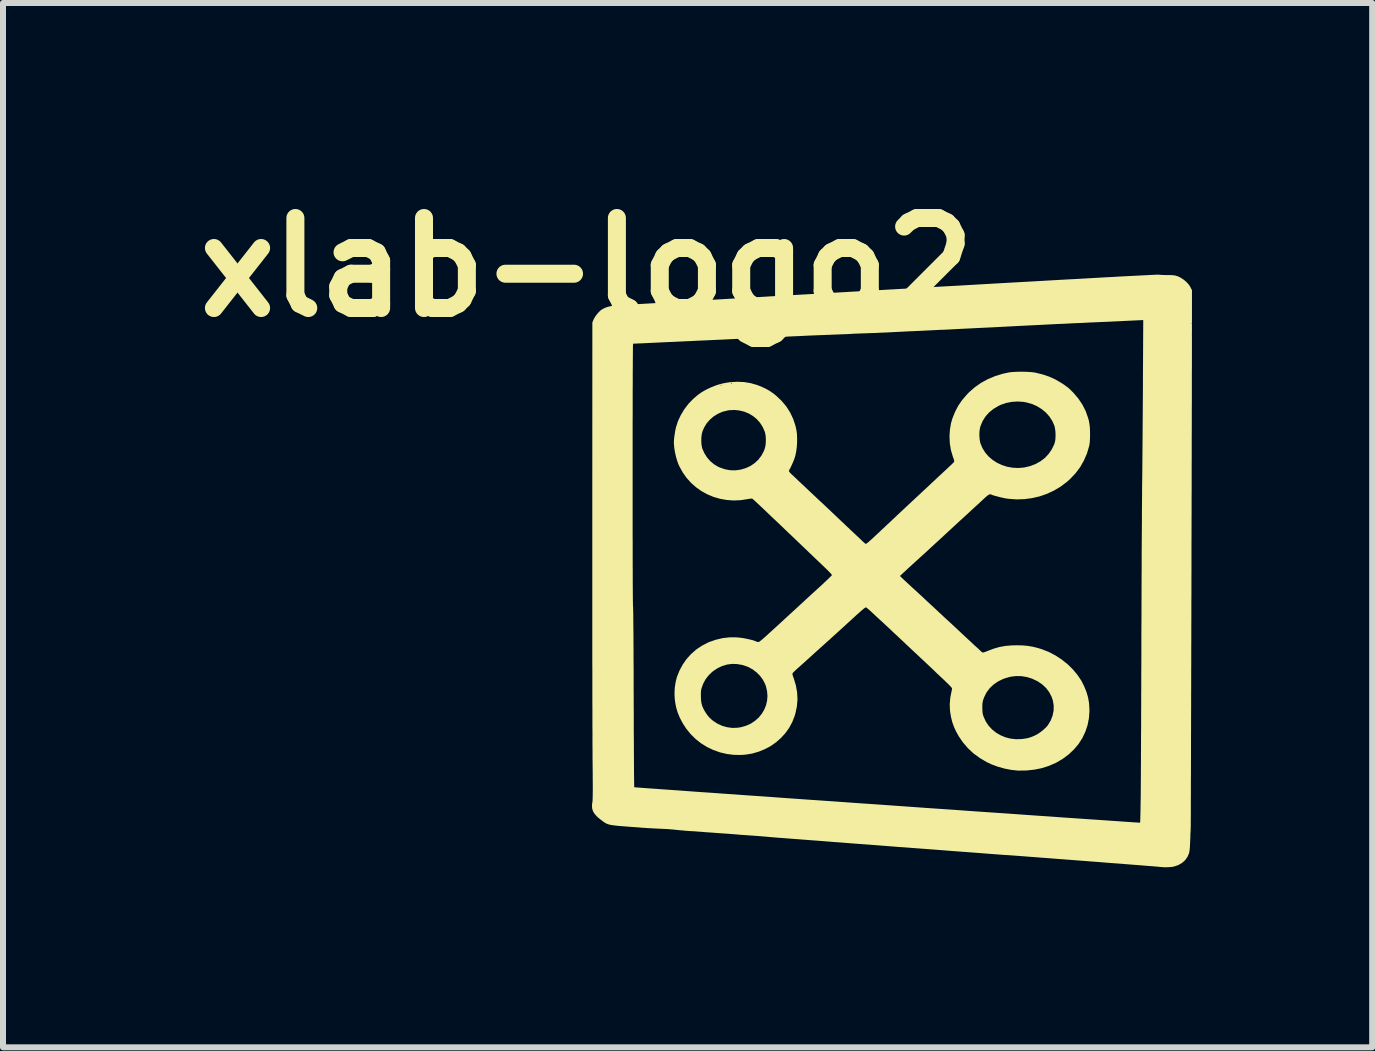
<source format=kicad_pcb>
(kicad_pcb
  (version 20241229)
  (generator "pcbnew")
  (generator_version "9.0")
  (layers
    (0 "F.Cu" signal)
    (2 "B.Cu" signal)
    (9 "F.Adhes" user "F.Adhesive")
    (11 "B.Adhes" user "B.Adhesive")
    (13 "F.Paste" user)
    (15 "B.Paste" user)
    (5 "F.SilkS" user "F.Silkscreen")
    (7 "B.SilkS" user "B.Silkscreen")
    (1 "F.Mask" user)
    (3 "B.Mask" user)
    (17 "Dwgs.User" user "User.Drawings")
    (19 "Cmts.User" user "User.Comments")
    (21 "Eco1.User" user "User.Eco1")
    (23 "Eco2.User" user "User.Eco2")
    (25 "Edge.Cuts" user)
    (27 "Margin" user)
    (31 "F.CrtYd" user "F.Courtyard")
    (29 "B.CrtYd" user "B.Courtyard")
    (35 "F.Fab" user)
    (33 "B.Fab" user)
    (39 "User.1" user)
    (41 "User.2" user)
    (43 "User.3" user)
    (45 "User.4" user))
  (footprint "xlab-logo2"
    (layer "F.Cu")
    (at 11.809 6.484)
    (property "Reference" "xlab-logo2" (at -5.08 -5.08 0) (layer "F.SilkS") (effects (font (size 1.5 1.5) (thickness 0.3))))
    (attr board_only exclude_from_pos_files exclude_from_bom)
    (fp_poly (pts (xy 5.006 4.322) (xy 5.002 4.325) (xy 4.998 4.322) (xy 5.002 4.319)) (stroke (width 0) (type solid)) (fill yes) (layer "F.SilkS"))
    (fp_poly (pts (xy 5.006 4.443) (xy 5.002 4.446) (xy 4.998 4.443) (xy 5.002 4.44)) (stroke (width 0) (type solid)) (fill yes) (layer "F.SilkS"))
    (fp_poly (pts (xy 4.452 -4.957) (xy 4.481 -4.954) (xy 4.52 -4.952) (xy 4.563 -4.951) (xy 4.589 -4.951) (xy 4.63 -4.951) (xy 4.67 -4.949) (xy 4.703 -4.946) (xy 4.719 -4.944) (xy 4.767 -4.93) (xy 4.817 -4.905) (xy 4.867 -4.872) (xy 4.912 -4.833) (xy 4.95 -4.791) (xy 4.978 -4.747) (xy 4.978 -4.746) (xy 5.002 -4.699) (xy 5.001 -3.478) (xy 5.001 -3.415) (xy 5 -3.34) (xy 5 -3.256) (xy 5 -3.161) (xy 5 -3.057) (xy 5 -2.943) (xy 5 -2.821) (xy 4.999 -2.691) (xy 4.999 -2.553) (xy 4.999 -2.408) (xy 4.998 -2.255) (xy 4.998 -2.097) (xy 4.998 -1.932) (xy 4.997 -1.762) (xy 4.997 -1.588) (xy 4.997 -1.408) (xy 4.996 -1.225) (xy 4.996 -1.037) (xy 4.995 -0.847) (xy 4.995 -0.654) (xy 4.994 -0.459) (xy 4.994 -0.262) (xy 4.994 -0.063) (xy 4.993 0.136) (xy 4.993 0.336) (xy 4.992 0.535) (xy 4.992 0.734) (xy 4.991 0.932) (xy 4.991 1.129) (xy 4.99 1.324) (xy 4.99 1.516) (xy 4.989 1.706) (xy 4.989 1.893) (xy 4.988 2.075) (xy 4.988 2.254) (xy 4.987 2.428) (xy 4.987 2.596) (xy 4.986 2.76) (xy 4.986 2.917) (xy 4.986 3.068) (xy 4.985 3.212) (xy 4.985 3.348) (xy 4.984 3.477) (xy 4.984 3.597) (xy 4.984 3.708) (xy 4.983 3.811) (xy 4.983 3.903) (xy 4.983 3.986) (xy 4.983 4.058) (xy 4.982 4.118) (xy 4.982 4.168) (xy 4.982 4.205) (xy 4.982 4.23) (xy 4.982 4.242) (xy 4.982 4.243) (xy 4.981 4.263) (xy 4.98 4.273) (xy 4.98 4.287) (xy 4.979 4.31) (xy 4.978 4.337) (xy 4.977 4.345) (xy 4.976 4.372) (xy 4.975 4.408) (xy 4.973 4.45) (xy 4.972 4.495) (xy 4.97 4.524) (xy 4.968 4.574) (xy 4.964 4.618) (xy 4.959 4.655) (xy 4.954 4.68) (xy 4.953 4.684) (xy 4.926 4.746) (xy 4.887 4.8) (xy 4.836 4.845) (xy 4.775 4.88) (xy 4.704 4.904) (xy 4.666 4.911) (xy 4.618 4.915) (xy 4.565 4.917) (xy 4.514 4.915) (xy 4.47 4.911) (xy 4.459 4.91) (xy 4.449 4.909) (xy 4.423 4.906) (xy 4.384 4.903) (xy 4.332 4.899) (xy 4.268 4.894) (xy 4.193 4.888) (xy 4.108 4.881) (xy 4.015 4.874) (xy 3.914 4.866) (xy 3.807 4.857) (xy 3.694 4.849) (xy 3.576 4.84) (xy 3.456 4.83) (xy 3.333 4.821) (xy 3.209 4.811) (xy 3.084 4.802) (xy 2.961 4.792) (xy 2.84 4.783) (xy 2.721 4.774) (xy 2.607 4.765) (xy 2.498 4.757) (xy 2.395 4.749) (xy 2.3 4.742) (xy 2.213 4.735) (xy 2.135 4.729) (xy 2.068 4.724) (xy 2.012 4.72) (xy 1.969 4.717) (xy 1.939 4.715) (xy 1.925 4.714) (xy 1.925 4.714) (xy 1.913 4.713) (xy 1.887 4.712) (xy 1.846 4.709) (xy 1.791 4.705) (xy 1.724 4.7) (xy 1.645 4.694) (xy 1.556 4.687) (xy 1.456 4.679) (xy 1.346 4.671) (xy 1.229 4.662) (xy 1.103 4.653) (xy 0.972 4.643) (xy 0.834 4.632) (xy 0.691 4.621) (xy 0.544 4.61) (xy 0.394 4.599) (xy 0.242 4.587) (xy 0.088 4.576) (xy -0.067 4.564) (xy -0.221 4.552) (xy -0.374 4.54) (xy -0.526 4.529) (xy -0.675 4.518) (xy -0.82 4.506) (xy -0.961 4.496) (xy -1.096 4.485) (xy -1.225 4.475) (xy -1.347 4.466) (xy -1.462 4.457) (xy -1.567 4.449) (xy -1.663 4.442) (xy -1.749 4.435) (xy -1.823 4.429) (xy -1.885 4.425) (xy -1.934 4.421) (xy -1.969 4.418) (xy -1.989 4.416) (xy -1.993 4.416) (xy -2.05 4.411) (xy -2.118 4.405) (xy -2.192 4.399) (xy -2.267 4.393) (xy -2.339 4.388) (xy -2.402 4.384) (xy -2.426 4.382) (xy -2.469 4.379) (xy -2.517 4.376) (xy -2.559 4.372) (xy -2.56 4.372) (xy -2.59 4.369) (xy -2.633 4.366) (xy -2.682 4.362) (xy -2.735 4.358) (xy -2.766 4.356) (xy -2.852 4.35) (xy -2.924 4.345) (xy -2.983 4.34) (xy -3.032 4.337) (xy -3.073 4.334) (xy -3.107 4.332) (xy -3.136 4.329) (xy -3.163 4.327) (xy -3.189 4.325) (xy -3.19 4.325) (xy -3.231 4.322) (xy -3.281 4.318) (xy -3.334 4.315) (xy -3.384 4.312) (xy -3.439 4.308) (xy -3.501 4.302) (xy -3.562 4.297) (xy -3.607 4.292) (xy -3.657 4.287) (xy -3.716 4.282) (xy -3.778 4.278) (xy -3.835 4.276) (xy -3.845 4.275) (xy -3.882 4.274) (xy -3.932 4.271) (xy -3.993 4.268) (xy -4.063 4.264) (xy -4.138 4.259) (xy -4.218 4.253) (xy -4.298 4.247) (xy -4.33 4.245) (xy -4.42 4.238) (xy -4.495 4.232) (xy -4.558 4.227) (xy -4.61 4.221) (xy -4.653 4.216) (xy -4.687 4.21) (xy -4.716 4.203) (xy -4.74 4.195) (xy -4.762 4.185) (xy -4.782 4.173) (xy -4.803 4.159) (xy -4.827 4.141) (xy -4.847 4.126) (xy -4.905 4.079) (xy -4.947 4.033) (xy -4.976 3.988) (xy -4.992 3.94) (xy -4.996 3.889) (xy -4.99 3.839) (xy -4.988 3.828) (xy -4.986 3.812) (xy -4.985 3.791) (xy -4.984 3.765) (xy -4.983 3.733) (xy -4.983 3.693) (xy -4.982 3.646) (xy -4.982 3.589) (xy -4.982 3.524) (xy -4.983 3.448) (xy -4.983 3.361) (xy -4.984 3.262) (xy -4.985 3.15) (xy -4.985 3.149) (xy -4.986 3.101) (xy -4.986 3.04) (xy -4.986 2.966) (xy -4.987 2.881) (xy -4.987 2.784) (xy -4.987 2.676) (xy -4.988 2.558) (xy -4.988 2.43) (xy -4.988 2.293) (xy -4.989 2.147) (xy -4.989 1.993) (xy -4.989 1.831) (xy -4.989 1.661) (xy -4.99 1.485) (xy -4.99 1.302) (xy -4.99 1.114) (xy -4.99 0.921) (xy -4.99 0.722) (xy -4.99 0.52) (xy -4.99 0.314) (xy -4.99 0.105) (xy -4.99 -0.107) (xy -4.99 -0.321) (xy -4.99 -0.537) (xy -4.99 -0.754) (xy -4.99 -0.824) (xy -4.99 -1.483) (xy -4.318 -1.483) (xy -4.318 -1.335) (xy -4.318 -1.188) (xy -4.318 -1.043) (xy -4.318 -0.9) (xy -4.318 -0.76) (xy -4.318 -0.624) (xy -4.317 -0.492) (xy -4.317 -0.365) (xy -4.317 -0.243) (xy -4.317 -0.127) (xy -4.316 -0.018) (xy -4.316 0.084) (xy -4.316 0.178) (xy -4.315 0.264) (xy -4.315 0.34) (xy -4.314 0.407) (xy -4.314 0.464) (xy -4.313 0.509) (xy -4.312 0.544) (xy -4.312 0.566) (xy -4.311 0.575) (xy -4.311 0.575) (xy -4.31 0.583) (xy -4.31 0.603) (xy -4.309 0.636) (xy -4.308 0.68) (xy -4.307 0.736) (xy -4.307 0.803) (xy -4.306 0.88) (xy -4.305 0.967) (xy -4.304 1.063) (xy -4.304 1.168) (xy -4.303 1.281) (xy -4.303 1.402) (xy -4.302 1.53) (xy -4.301 1.665) (xy -4.301 1.806) (xy -4.301 1.952) (xy -4.3 2.08) (xy -4.3 2.221) (xy -4.299 2.359) (xy -4.299 2.492) (xy -4.299 2.621) (xy -4.298 2.744) (xy -4.297 2.861) (xy -4.297 2.972) (xy -4.296 3.075) (xy -4.296 3.171) (xy -4.295 3.258) (xy -4.295 3.336) (xy -4.294 3.405) (xy -4.293 3.463) (xy -4.293 3.511) (xy -4.292 3.547) (xy -4.292 3.571) (xy -4.291 3.583) (xy -4.291 3.583) (xy -4.283 3.584) (xy -4.259 3.586) (xy -4.22 3.589) (xy -4.167 3.593) (xy -4.1 3.598) (xy -4.02 3.604) (xy -3.927 3.61) (xy -3.822 3.618) (xy -3.705 3.626) (xy -3.578 3.635) (xy -3.44 3.645) (xy -3.293 3.656) (xy -3.136 3.667) (xy -2.971 3.678) (xy -2.797 3.691) (xy -2.616 3.703) (xy -2.429 3.717) (xy -2.235 3.73) (xy -2.035 3.744) (xy -1.83 3.759) (xy -1.62 3.774) (xy -1.406 3.789) (xy -1.189 3.804) (xy -0.969 3.819) (xy -0.747 3.835) (xy -0.523 3.851) (xy -0.298 3.866) (xy -0.072 3.882) (xy 0.153 3.898) (xy 0.378 3.914) (xy 0.602 3.93) (xy 0.824 3.945) (xy 1.044 3.96) (xy 1.261 3.976) (xy 1.475 3.991) (xy 1.684 4.005) (xy 1.889 4.019) (xy 2.088 4.033) (xy 2.282 4.047) (xy 2.47 4.06) (xy 2.65 4.072) (xy 2.823 4.085) (xy 2.988 4.096) (xy 3.145 4.107) (xy 3.292 4.117) (xy 3.429 4.126) (xy 3.556 4.135) (xy 3.672 4.143) (xy 3.777 4.15) (xy 3.869 4.157) (xy 3.949 4.162) (xy 4.015 4.167) (xy 4.067 4.17) (xy 4.106 4.172) (xy 4.129 4.174) (xy 4.136 4.174) (xy 4.138 4.167) (xy 4.14 4.147) (xy 4.141 4.114) (xy 4.142 4.067) (xy 4.144 4.008) (xy 4.145 3.937) (xy 4.146 3.853) (xy 4.148 3.757) (xy 4.149 3.649) (xy 4.149 3.585) (xy 4.15 3.527) (xy 4.15 3.457) (xy 4.151 3.375) (xy 4.151 3.281) (xy 4.152 3.177) (xy 4.152 3.064) (xy 4.153 2.942) (xy 4.153 2.812) (xy 4.154 2.674) (xy 4.155 2.53) (xy 4.155 2.38) (xy 4.156 2.225) (xy 4.156 2.066) (xy 4.157 1.904) (xy 4.157 1.739) (xy 4.158 1.572) (xy 4.159 1.404) (xy 4.159 1.235) (xy 4.159 1.067) (xy 4.159 1.066) (xy 4.16 0.897) (xy 4.161 0.726) (xy 4.161 0.555) (xy 4.162 0.385) (xy 4.162 0.216) (xy 4.163 0.049) (xy 4.164 -0.114) (xy 4.164 -0.275) (xy 4.165 -0.43) (xy 4.166 -0.58) (xy 4.167 -0.724) (xy 4.168 -0.861) (xy 4.168 -0.99) (xy 4.169 -1.11) (xy 4.17 -1.221) (xy 4.171 -1.321) (xy 4.171 -1.411) (xy 4.172 -1.489) (xy 4.173 -1.547) (xy 4.174 -1.641) (xy 4.175 -1.746) (xy 4.176 -1.862) (xy 4.177 -1.986) (xy 4.178 -2.117) (xy 4.179 -2.254) (xy 4.18 -2.394) (xy 4.181 -2.536) (xy 4.182 -2.679) (xy 4.183 -2.821) (xy 4.184 -2.96) (xy 4.185 -3.095) (xy 4.185 -3.216) (xy 4.189 -3.965) (xy 4.989 -3.965) (xy 4.993 -3.962) (xy 4.998 -3.965) (xy 4.993 -3.969) (xy 4.989 -3.965) (xy 4.189 -3.965) (xy 4.19 -4.144) (xy 4.989 -4.144) (xy 4.992 -4.138) (xy 4.995 -4.139) (xy 4.996 -4.147) (xy 4.995 -4.148) (xy 4.99 -4.147) (xy 4.989 -4.144) (xy 4.19 -4.144) (xy 4.19 -4.201) (xy 3.434 -4.166) (xy 3.318 -4.161) (xy 3.2 -4.155) (xy 3.084 -4.15) (xy 2.97 -4.145) (xy 2.861 -4.139) (xy 2.758 -4.135) (xy 2.663 -4.13) (xy 2.577 -4.126) (xy 2.503 -4.122) (xy 2.442 -4.119) (xy 2.405 -4.117) (xy 2.158 -4.105) (xy 1.908 -4.092) (xy 1.66 -4.079) (xy 1.421 -4.068) (xy 1.326 -4.063) (xy 1.268 -4.06) (xy 1.204 -4.057) (xy 1.142 -4.054) (xy 1.086 -4.051) (xy 1.067 -4.05) (xy 1.013 -4.047) (xy 0.953 -4.044) (xy 0.894 -4.041) (xy 0.845 -4.039) (xy 0.804 -4.038) (xy 0.751 -4.035) (xy 0.69 -4.032) (xy 0.628 -4.029) (xy 0.567 -4.026) (xy 0.562 -4.026) (xy 0.502 -4.023) (xy 0.439 -4.02) (xy 0.378 -4.017) (xy 0.325 -4.015) (xy 0.282 -4.013) (xy 0.279 -4.013) (xy 0.237 -4.011) (xy 0.183 -4.008) (xy 0.123 -4.005) (xy 0.061 -4.002) (xy 0.004 -3.999) (xy -0.053 -3.996) (xy -0.122 -3.993) (xy -0.197 -3.99) (xy -0.275 -3.986) (xy -0.35 -3.984) (xy -0.392 -3.982) (xy -0.453 -3.98) (xy -0.511 -3.978) (xy -0.562 -3.976) (xy -0.605 -3.975) (xy -0.636 -3.973) (xy -0.655 -3.972) (xy -0.655 -3.972) (xy -0.672 -3.971) (xy -0.703 -3.969) (xy -0.745 -3.967) (xy -0.797 -3.965) (xy -0.856 -3.963) (xy -0.92 -3.96) (xy -0.958 -3.959) (xy -1.003 -3.957) (xy -1.045 -3.955) (xy -1.085 -3.954) (xy -1.125 -3.952) (xy -1.164 -3.951) (xy -1.204 -3.949) (xy -1.245 -3.948) (xy -1.289 -3.946) (xy -1.336 -3.944) (xy -1.387 -3.942) (xy -1.442 -3.939) (xy -1.504 -3.936) (xy -1.572 -3.933) (xy -1.647 -3.93) (xy -1.73 -3.926) (xy -1.822 -3.922) (xy -1.924 -3.917) (xy -2.036 -3.912) (xy -2.16 -3.906) (xy -2.296 -3.9) (xy -2.446 -3.893) (xy -2.609 -3.886) (xy -2.787 -3.877) (xy -2.926 -3.871) (xy -3.074 -3.864) (xy -3.217 -3.858) (xy -3.356 -3.851) (xy -3.488 -3.845) (xy -3.614 -3.839) (xy -3.732 -3.834) (xy -3.841 -3.829) (xy -3.941 -3.824) (xy -4.031 -3.82) (xy -4.11 -3.816) (xy -4.177 -3.813) (xy -4.232 -3.811) (xy -4.272 -3.809) (xy -4.299 -3.808) (xy -4.31 -3.807) (xy -4.311 -3.807) (xy -4.311 -3.801) (xy -4.312 -3.781) (xy -4.313 -3.75) (xy -4.313 -3.706) (xy -4.314 -3.652) (xy -4.314 -3.587) (xy -4.315 -3.512) (xy -4.315 -3.429) (xy -4.316 -3.336) (xy -4.316 -3.236) (xy -4.316 -3.128) (xy -4.317 -3.014) (xy -4.317 -2.893) (xy -4.317 -2.767) (xy -4.317 -2.636) (xy -4.318 -2.501) (xy -4.318 -2.362) (xy -4.318 -2.219) (xy -4.318 -2.075) (xy -4.318 -1.928) (xy -4.318 -1.78) (xy -4.318 -1.632) (xy -4.318 -1.483) (xy -4.99 -1.483) (xy -4.989 -4.16) (xy -4.972 -4.203) (xy -4.954 -4.238) (xy -4.928 -4.278) (xy -4.897 -4.317) (xy -4.864 -4.351) (xy -4.857 -4.358) (xy -4.82 -4.384) (xy -4.773 -4.407) (xy -4.725 -4.423) (xy -4.71 -4.426) (xy -4.684 -4.432) (xy -4.661 -4.438) (xy -4.654 -4.44) (xy -4.645 -4.441) (xy -4.62 -4.443) (xy -4.58 -4.445) (xy -4.526 -4.449) (xy -4.457 -4.453) (xy -4.374 -4.458) (xy -4.278 -4.464) (xy -4.169 -4.47) (xy -4.047 -4.477) (xy -3.914 -4.485) (xy -3.769 -4.494) (xy -3.612 -4.503) (xy -3.446 -4.513) (xy -3.269 -4.523) (xy -3.082 -4.534) (xy -2.886 -4.545) (xy -2.681 -4.557) (xy -2.468 -4.57) (xy -2.247 -4.582) (xy -2.019 -4.596) (xy -1.783 -4.609) (xy -1.541 -4.623) (xy -1.293 -4.637) (xy -1.04 -4.652) (xy -0.781 -4.667) (xy -0.518 -4.682) (xy -0.25 -4.697) (xy -0.117 -4.705) (xy 0.219 -4.724) (xy 0.54 -4.742) (xy 0.845 -4.76) (xy 1.135 -4.776) (xy 1.411 -4.792) (xy 1.671 -4.807) (xy 1.918 -4.821) (xy 2.151 -4.834) (xy 2.37 -4.846) (xy 2.576 -4.858) (xy 2.77 -4.869) (xy 2.95 -4.879) (xy 3.119 -4.888) (xy 3.276 -4.897) (xy 3.421 -4.905) (xy 3.555 -4.913) (xy 3.679 -4.919) (xy 3.792 -4.926) (xy 3.894 -4.931) (xy 3.987 -4.936) (xy 4.07 -4.94) (xy 4.144 -4.944) (xy 4.21 -4.947) (xy 4.266 -4.95) (xy 4.315 -4.953) (xy 4.355 -4.954) (xy 4.388 -4.956) (xy 4.414 -4.957) (xy 4.433 -4.957) (xy 4.446 -4.957)) (stroke (width 0) (type solid)) (fill yes) (layer "F.SilkS"))
    (fp_poly (pts (xy 2.26 -3.338) (xy 2.322 -3.334) (xy 2.374 -3.328) (xy 2.395 -3.324) (xy 2.514 -3.295) (xy 2.623 -3.258) (xy 2.725 -3.212) (xy 2.823 -3.155) (xy 2.875 -3.121) (xy 2.906 -3.098) (xy 2.931 -3.08) (xy 2.953 -3.062) (xy 2.974 -3.042) (xy 2.999 -3.017) (xy 3.026 -2.99) (xy 3.107 -2.895) (xy 3.175 -2.794) (xy 3.23 -2.687) (xy 3.271 -2.571) (xy 3.285 -2.52) (xy 3.293 -2.475) (xy 3.3 -2.42) (xy 3.303 -2.36) (xy 3.304 -2.297) (xy 3.303 -2.235) (xy 3.3 -2.177) (xy 3.294 -2.127) (xy 3.289 -2.102) (xy 3.252 -1.977) (xy 3.201 -1.86) (xy 3.138 -1.749) (xy 3.061 -1.647) (xy 2.971 -1.552) (xy 2.916 -1.503) (xy 2.812 -1.425) (xy 2.701 -1.359) (xy 2.584 -1.305) (xy 2.463 -1.263) (xy 2.337 -1.234) (xy 2.209 -1.217) (xy 2.078 -1.213) (xy 1.945 -1.223) (xy 1.909 -1.228) (xy 1.88 -1.233) (xy 1.843 -1.241) (xy 1.803 -1.25) (xy 1.762 -1.261) (xy 1.724 -1.271) (xy 1.692 -1.28) (xy 1.67 -1.288) (xy 1.662 -1.292) (xy 1.643 -1.299) (xy 1.62 -1.293) (xy 1.592 -1.275) (xy 1.582 -1.266) (xy 1.567 -1.253) (xy 1.544 -1.232) (xy 1.513 -1.203) (xy 1.477 -1.17) (xy 1.436 -1.132) (xy 1.393 -1.093) (xy 1.382 -1.083) (xy 1.345 -1.049) (xy 1.299 -1.006) (xy 1.246 -0.957) (xy 1.186 -0.902) (xy 1.122 -0.844) (xy 1.056 -0.783) (xy 0.989 -0.721) (xy 0.923 -0.66) (xy 0.885 -0.625) (xy 0.825 -0.569) (xy 0.766 -0.515) (xy 0.71 -0.464) (xy 0.658 -0.416) (xy 0.612 -0.373) (xy 0.572 -0.336) (xy 0.539 -0.306) (xy 0.515 -0.285) (xy 0.501 -0.272) (xy 0.459 -0.234) (xy 0.414 -0.193) (xy 0.369 -0.152) (xy 0.324 -0.111) (xy 0.281 -0.072) (xy 0.242 -0.035) (xy 0.206 -0.002) (xy 0.177 0.025) (xy 0.155 0.046) (xy 0.141 0.059) (xy 0.137 0.064) (xy 0.143 0.069) (xy 0.158 0.084) (xy 0.181 0.106) (xy 0.211 0.135) (xy 0.247 0.168) (xy 0.288 0.206) (xy 0.321 0.237) (xy 0.367 0.279) (xy 0.411 0.319) (xy 0.452 0.357) (xy 0.488 0.39) (xy 0.517 0.417) (xy 0.538 0.437) (xy 0.546 0.444) (xy 0.56 0.457) (xy 0.583 0.479) (xy 0.615 0.508) (xy 0.653 0.544) (xy 0.697 0.584) (xy 0.745 0.629) (xy 0.795 0.676) (xy 0.825 0.703) (xy 0.876 0.751) (xy 0.926 0.797) (xy 0.972 0.839) (xy 1.014 0.878) (xy 1.049 0.911) (xy 1.078 0.937) (xy 1.097 0.956) (xy 1.104 0.962) (xy 1.133 0.989) (xy 1.167 1.022) (xy 1.206 1.058) (xy 1.247 1.096) (xy 1.288 1.134) (xy 1.328 1.171) (xy 1.364 1.205) (xy 1.395 1.234) (xy 1.42 1.256) (xy 1.436 1.27) (xy 1.437 1.271) (xy 1.458 1.291) (xy 1.478 1.31) (xy 1.488 1.32) (xy 1.504 1.333) (xy 1.519 1.339) (xy 1.52 1.339) (xy 1.533 1.336) (xy 1.557 1.328) (xy 1.587 1.317) (xy 1.606 1.309) (xy 1.703 1.273) (xy 1.797 1.246) (xy 1.892 1.229) (xy 1.994 1.22) (xy 2.082 1.218) (xy 2.179 1.22) (xy 2.266 1.228) (xy 2.349 1.242) (xy 2.434 1.263) (xy 2.501 1.284) (xy 2.616 1.329) (xy 2.727 1.387) (xy 2.831 1.455) (xy 2.928 1.532) (xy 3.016 1.618) (xy 3.093 1.71) (xy 3.159 1.808) (xy 3.205 1.899) (xy 3.244 1.995) (xy 3.271 2.088) (xy 3.287 2.181) (xy 3.293 2.28) (xy 3.294 2.314) (xy 3.285 2.434) (xy 3.262 2.55) (xy 3.225 2.66) (xy 3.175 2.765) (xy 3.112 2.863) (xy 3.036 2.953) (xy 2.948 3.036) (xy 2.849 3.11) (xy 2.738 3.175) (xy 2.729 3.179) (xy 2.619 3.227) (xy 2.501 3.265) (xy 2.376 3.29) (xy 2.248 3.304) (xy 2.118 3.306) (xy 2.094 3.305) (xy 1.99 3.294) (xy 1.882 3.273) (xy 1.773 3.243) (xy 1.667 3.204) (xy 1.581 3.164) (xy 1.466 3.096) (xy 1.361 3.019) (xy 1.267 2.931) (xy 1.184 2.834) (xy 1.116 2.734) (xy 1.071 2.653) (xy 1.036 2.576) (xy 1.008 2.498) (xy 0.988 2.417) (xy 0.973 2.328) (xy 0.97 2.3) (xy 0.968 2.26) (xy 1.509 2.26) (xy 1.51 2.3) (xy 1.512 2.331) (xy 1.515 2.357) (xy 1.521 2.381) (xy 1.531 2.409) (xy 1.532 2.412) (xy 1.567 2.489) (xy 1.614 2.559) (xy 1.672 2.621) (xy 1.738 2.674) (xy 1.812 2.717) (xy 1.893 2.751) (xy 1.978 2.773) (xy 2.068 2.783) (xy 2.159 2.781) (xy 2.213 2.774) (xy 2.264 2.765) (xy 2.306 2.753) (xy 2.346 2.738) (xy 2.393 2.717) (xy 2.398 2.715) (xy 2.44 2.691) (xy 2.486 2.659) (xy 2.531 2.622) (xy 2.571 2.585) (xy 2.601 2.55) (xy 2.603 2.547) (xy 2.649 2.47) (xy 2.68 2.389) (xy 2.697 2.305) (xy 2.698 2.221) (xy 2.684 2.137) (xy 2.664 2.078) (xy 2.624 2) (xy 2.572 1.931) (xy 2.507 1.87) (xy 2.431 1.818) (xy 2.344 1.777) (xy 2.341 1.775) (xy 2.251 1.747) (xy 2.16 1.732) (xy 2.069 1.731) (xy 1.977 1.742) (xy 1.887 1.768) (xy 1.856 1.779) (xy 1.77 1.821) (xy 1.695 1.873) (xy 1.631 1.934) (xy 1.579 2.004) (xy 1.539 2.084) (xy 1.527 2.116) (xy 1.519 2.142) (xy 1.514 2.166) (xy 1.51 2.194) (xy 1.509 2.228) (xy 1.509 2.26) (xy 0.968 2.26) (xy 0.966 2.201) (xy 0.974 2.098) (xy 0.992 2.005) (xy 0.998 1.978) (xy 1.002 1.955) (xy 1.004 1.94) (xy 1.005 1.939) (xy 1.002 1.932) (xy 0.993 1.919) (xy 0.977 1.901) (xy 0.953 1.876) (xy 0.92 1.844) (xy 0.879 1.804) (xy 0.827 1.755) (xy 0.82 1.749) (xy 0.806 1.736) (xy 0.784 1.715) (xy 0.756 1.689) (xy 0.725 1.659) (xy 0.704 1.638) (xy 0.668 1.604) (xy 0.632 1.57) (xy 0.598 1.538) (xy 0.569 1.511) (xy 0.558 1.5) (xy 0.539 1.482) (xy 0.51 1.456) (xy 0.475 1.423) (xy 0.435 1.385) (xy 0.392 1.345) (xy 0.347 1.303) (xy 0.335 1.292) (xy 0.291 1.25) (xy 0.247 1.209) (xy 0.206 1.17) (xy 0.17 1.136) (xy 0.14 1.108) (xy 0.118 1.088) (xy 0.114 1.084) (xy 0.087 1.058) (xy 0.053 1.027) (xy 0.018 0.994) (xy -0.011 0.966) (xy -0.046 0.933) (xy -0.085 0.897) (xy -0.123 0.862) (xy -0.149 0.837) (xy -0.178 0.811) (xy -0.214 0.778) (xy -0.253 0.742) (xy -0.292 0.705) (xy -0.315 0.684) (xy -0.347 0.654) (xy -0.376 0.628) (xy -0.401 0.607) (xy -0.418 0.593) (xy -0.427 0.587) (xy -0.433 0.587) (xy -0.443 0.592) (xy -0.457 0.601) (xy -0.476 0.616) (xy -0.502 0.638) (xy -0.536 0.668) (xy -0.578 0.705) (xy -0.629 0.752) (xy -0.638 0.76) (xy -0.676 0.795) (xy -0.719 0.834) (xy -0.766 0.877) (xy -0.815 0.922) (xy -0.866 0.968) (xy -0.915 1.013) (xy -0.963 1.056) (xy -1.006 1.095) (xy -1.044 1.13) (xy -1.076 1.158) (xy -1.099 1.179) (xy -1.108 1.187) (xy -1.129 1.206) (xy -1.159 1.233) (xy -1.195 1.265) (xy -1.236 1.302) (xy -1.279 1.341) (xy -1.323 1.381) (xy -1.365 1.419) (xy -1.403 1.453) (xy -1.414 1.463) (xy -1.435 1.483) (xy -1.465 1.509) (xy -1.499 1.539) (xy -1.534 1.571) (xy -1.548 1.583) (xy -1.579 1.611) (xy -1.607 1.637) (xy -1.63 1.659) (xy -1.645 1.674) (xy -1.649 1.679) (xy -1.654 1.687) (xy -1.655 1.696) (xy -1.653 1.71) (xy -1.647 1.731) (xy -1.636 1.762) (xy -1.635 1.764) (xy -1.598 1.885) (xy -1.577 2.003) (xy -1.571 2.12) (xy -1.581 2.237) (xy -1.606 2.354) (xy -1.618 2.395) (xy -1.658 2.497) (xy -1.71 2.594) (xy -1.773 2.682) (xy -1.847 2.763) (xy -1.929 2.835) (xy -2.019 2.898) (xy -2.117 2.95) (xy -2.221 2.992) (xy -2.33 3.023) (xy -2.444 3.041) (xy -2.507 3.045) (xy -2.629 3.044) (xy -2.748 3.029) (xy -2.863 3.002) (xy -2.973 2.963) (xy -3.078 2.913) (xy -3.177 2.852) (xy -3.268 2.78) (xy -3.351 2.698) (xy -3.425 2.607) (xy -3.485 2.514) (xy -3.532 2.424) (xy -3.568 2.337) (xy -3.594 2.249) (xy -3.611 2.155) (xy -3.615 2.118) (xy -3.619 2.058) (xy -3.181 2.058) (xy -3.179 2.122) (xy -3.172 2.177) (xy -3.159 2.227) (xy -3.138 2.276) (xy -3.112 2.323) (xy -3.078 2.375) (xy -3.042 2.419) (xy -2.999 2.459) (xy -2.971 2.481) (xy -2.9 2.527) (xy -2.823 2.561) (xy -2.741 2.584) (xy -2.656 2.595) (xy -2.571 2.592) (xy -2.512 2.583) (xy -2.426 2.558) (xy -2.348 2.523) (xy -2.279 2.477) (xy -2.218 2.423) (xy -2.167 2.361) (xy -2.126 2.293) (xy -2.096 2.22) (xy -2.078 2.143) (xy -2.071 2.063) (xy -2.078 1.982) (xy -2.097 1.9) (xy -2.113 1.858) (xy -2.148 1.791) (xy -2.195 1.727) (xy -2.252 1.67) (xy -2.316 1.621) (xy -2.384 1.583) (xy -2.402 1.575) (xy -2.489 1.546) (xy -2.576 1.531) (xy -2.661 1.528) (xy -2.745 1.539) (xy -2.826 1.563) (xy -2.903 1.6) (xy -2.977 1.649) (xy -2.992 1.661) (xy -3.052 1.719) (xy -3.101 1.782) (xy -3.14 1.853) (xy -3.158 1.9) (xy -3.167 1.927) (xy -3.174 1.95) (xy -3.178 1.973) (xy -3.18 2.001) (xy -3.181 2.037) (xy -3.181 2.058) (xy -3.619 2.058) (xy -3.62 2.023) (xy -3.616 1.927) (xy -3.602 1.834) (xy -3.581 1.749) (xy -3.538 1.641) (xy -3.484 1.54) (xy -3.419 1.447) (xy -3.344 1.364) (xy -3.259 1.289) (xy -3.165 1.226) (xy -3.063 1.173) (xy -3.045 1.165) (xy -2.933 1.126) (xy -2.82 1.099) (xy -2.705 1.086) (xy -2.59 1.086) (xy -2.511 1.093) (xy -2.462 1.101) (xy -2.411 1.111) (xy -2.362 1.122) (xy -2.318 1.133) (xy -2.282 1.145) (xy -2.258 1.155) (xy -2.253 1.158) (xy -2.239 1.162) (xy -2.224 1.164) (xy -2.216 1.162) (xy -2.207 1.157) (xy -2.193 1.148) (xy -2.174 1.133) (xy -2.15 1.113) (xy -2.118 1.085) (xy -2.079 1.05) (xy -2.031 1.006) (xy -1.989 0.968) (xy -1.941 0.924) (xy -1.897 0.884) (xy -1.857 0.847) (xy -1.823 0.816) (xy -1.796 0.791) (xy -1.777 0.774) (xy -1.768 0.765) (xy -1.767 0.764) (xy -1.758 0.756) (xy -1.741 0.74) (xy -1.72 0.721) (xy -1.714 0.716) (xy -1.692 0.695) (xy -1.67 0.675) (xy -1.648 0.655) (xy -1.623 0.632) (xy -1.594 0.606) (xy -1.561 0.575) (xy -1.52 0.537) (xy -1.47 0.492) (xy -1.448 0.471) (xy -1.408 0.434) (xy -1.372 0.401) (xy -1.341 0.372) (xy -1.315 0.349) (xy -1.298 0.333) (xy -1.29 0.326) (xy -1.29 0.326) (xy -1.25 0.289) (xy -1.208 0.251) (xy -1.166 0.213) (xy -1.126 0.175) (xy -1.089 0.14) (xy -1.056 0.109) (xy -1.029 0.082) (xy -1.009 0.063) (xy -0.998 0.051) (xy -0.997 0.048) (xy -1.001 0.04) (xy -1.016 0.022) (xy -1.04 -0.003) (xy -1.073 -0.037) (xy -1.115 -0.077) (xy -1.163 -0.124) (xy -1.218 -0.176) (xy -1.277 -0.232) (xy -1.291 -0.246) (xy -1.313 -0.266) (xy -1.338 -0.291) (xy -1.354 -0.306) (xy -1.382 -0.332) (xy -1.415 -0.365) (xy -1.451 -0.399) (xy -1.486 -0.432) (xy -1.488 -0.434) (xy -1.515 -0.46) (xy -1.551 -0.494) (xy -1.592 -0.534) (xy -1.636 -0.576) (xy -1.68 -0.618) (xy -1.706 -0.642) (xy -1.778 -0.711) (xy -1.856 -0.786) (xy -1.937 -0.863) (xy -2.018 -0.939) (xy -2.096 -1.014) (xy -2.169 -1.083) (xy -2.219 -1.13) (xy -2.25 -1.159) (xy -2.277 -1.184) (xy -2.3 -1.205) (xy -2.316 -1.218) (xy -2.322 -1.223) (xy -2.332 -1.226) (xy -2.347 -1.226) (xy -2.372 -1.223) (xy -2.399 -1.218) (xy -2.517 -1.2) (xy -2.634 -1.195) (xy -2.749 -1.203) (xy -2.861 -1.223) (xy -2.969 -1.254) (xy -3.072 -1.297) (xy -3.169 -1.35) (xy -3.26 -1.414) (xy -3.343 -1.487) (xy -3.418 -1.57) (xy -3.483 -1.662) (xy -3.538 -1.762) (xy -3.557 -1.803) (xy -3.578 -1.863) (xy -3.597 -1.93) (xy -3.613 -2.002) (xy -3.624 -2.073) (xy -3.63 -2.139) (xy -3.631 -2.167) (xy -3.63 -2.179) (xy -3.174 -2.179) (xy -3.17 -2.121) (xy -3.16 -2.07) (xy -3.155 -2.055) (xy -3.122 -1.981) (xy -3.078 -1.912) (xy -3.024 -1.85) (xy -2.962 -1.798) (xy -2.892 -1.756) (xy -2.862 -1.743) (xy -2.776 -1.714) (xy -2.692 -1.699) (xy -2.607 -1.697) (xy -2.522 -1.708) (xy -2.52 -1.708) (xy -2.433 -1.734) (xy -2.354 -1.77) (xy -2.284 -1.818) (xy -2.223 -1.875) (xy -2.172 -1.942) (xy -2.132 -2.017) (xy -2.117 -2.056) (xy -2.105 -2.104) (xy -2.099 -2.16) (xy -2.098 -2.219) (xy -2.102 -2.277) (xy -2.112 -2.328) (xy -2.117 -2.343) (xy -2.151 -2.42) (xy -2.195 -2.489) (xy -2.249 -2.55) (xy -2.311 -2.601) (xy -2.381 -2.643) (xy -2.456 -2.674) (xy -2.536 -2.694) (xy -2.62 -2.703) (xy -2.706 -2.699) (xy -2.737 -2.694) (xy -2.82 -2.673) (xy -2.898 -2.639) (xy -2.969 -2.595) (xy -3.031 -2.541) (xy -3.085 -2.479) (xy -3.128 -2.408) (xy -3.155 -2.344) (xy -3.167 -2.295) (xy -3.173 -2.238) (xy -3.174 -2.179) (xy -3.63 -2.179) (xy -3.629 -2.201) (xy -3.625 -2.244) (xy -3.618 -2.291) (xy -3.611 -2.34) (xy -3.602 -2.385) (xy -3.595 -2.417) (xy -3.562 -2.518) (xy -3.515 -2.618) (xy -3.457 -2.714) (xy -3.388 -2.805) (xy -3.309 -2.887) (xy -3.228 -2.956) (xy -3.179 -2.991) (xy -3.13 -3.021) (xy -3.078 -3.049) (xy -3.018 -3.077) (xy -2.95 -3.104) (xy -2.855 -3.104) (xy -2.851 -3.101) (xy -2.846 -3.104) (xy -2.851 -3.108) (xy -2.855 -3.104) (xy -2.95 -3.104) (xy -2.948 -3.105) (xy -2.923 -3.115) (xy -2.916 -3.117) (xy -2.856 -3.117) (xy -2.845 -3.116) (xy -2.842 -3.116) (xy -2.829 -3.116) (xy -2.827 -3.119) (xy -2.828 -3.119) (xy -2.844 -3.12) (xy -2.852 -3.119) (xy -2.856 -3.117) (xy -2.916 -3.117) (xy -2.882 -3.128) (xy -2.869 -3.131) (xy -2.798 -3.131) (xy -2.794 -3.128) (xy -2.79 -3.131) (xy -2.794 -3.135) (xy -2.798 -3.131) (xy -2.869 -3.131) (xy -2.83 -3.141) (xy -2.677 -3.141) (xy -2.671 -3.135) (xy -2.669 -3.135) (xy -2.661 -3.14) (xy -2.66 -3.141) (xy -2.667 -3.148) (xy -2.669 -3.148) (xy -2.676 -3.143) (xy -2.677 -3.141) (xy -2.83 -3.141) (xy -2.829 -3.142) (xy -2.771 -3.154) (xy -2.713 -3.163) (xy -2.691 -3.166) (xy -2.575 -3.173) (xy -2.462 -3.168) (xy -2.352 -3.15) (xy -2.244 -3.119) (xy -2.177 -3.093) (xy -2.097 -3.056) (xy -2.027 -3.016) (xy -1.961 -2.969) (xy -1.925 -2.939) (xy -1.835 -2.854) (xy -1.757 -2.761) (xy -1.693 -2.66) (xy -1.642 -2.552) (xy -1.604 -2.437) (xy -1.588 -2.364) (xy -1.58 -2.301) (xy -1.577 -2.23) (xy -1.578 -2.155) (xy -1.583 -2.08) (xy -1.593 -2.009) (xy -1.606 -1.945) (xy -1.613 -1.92) (xy -1.626 -1.882) (xy -1.642 -1.841) (xy -1.66 -1.8) (xy -1.677 -1.763) (xy -1.691 -1.734) (xy -1.695 -1.727) (xy -1.706 -1.707) (xy -1.713 -1.69) (xy -1.714 -1.684) (xy -1.709 -1.675) (xy -1.696 -1.658) (xy -1.676 -1.637) (xy -1.663 -1.625) (xy -1.642 -1.606) (xy -1.613 -1.578) (xy -1.578 -1.545) (xy -1.54 -1.509) (xy -1.501 -1.473) (xy -1.492 -1.464) (xy -1.453 -1.428) (xy -1.407 -1.384) (xy -1.356 -1.336) (xy -1.303 -1.286) (xy -1.25 -1.236) (xy -1.202 -1.191) (xy -1.141 -1.135) (xy -1.091 -1.087) (xy -1.048 -1.047) (xy -1.013 -1.014) (xy -0.985 -0.987) (xy -0.961 -0.965) (xy -0.941 -0.945) (xy -0.923 -0.929) (xy -0.907 -0.914) (xy -0.905 -0.911) (xy -0.89 -0.897) (xy -0.867 -0.875) (xy -0.837 -0.846) (xy -0.8 -0.812) (xy -0.76 -0.773) (xy -0.716 -0.733) (xy -0.699 -0.716) (xy -0.654 -0.674) (xy -0.612 -0.634) (xy -0.572 -0.597) (xy -0.537 -0.564) (xy -0.509 -0.537) (xy -0.489 -0.518) (xy -0.484 -0.513) (xy -0.463 -0.494) (xy -0.445 -0.479) (xy -0.434 -0.472) (xy -0.432 -0.471) (xy -0.426 -0.474) (xy -0.414 -0.482) (xy -0.396 -0.496) (xy -0.371 -0.518) (xy -0.338 -0.547) (xy -0.297 -0.585) (xy -0.247 -0.632) (xy -0.214 -0.662) (xy -0.186 -0.689) (xy -0.152 -0.721) (xy -0.115 -0.755) (xy -0.082 -0.787) (xy -0.052 -0.814) (xy -0.025 -0.84) (xy -0.002 -0.861) (xy 0.013 -0.876) (xy 0.015 -0.878) (xy 0.048 -0.908) (xy 0.08 -0.939) (xy 0.113 -0.97) (xy 0.149 -1.004) (xy 0.188 -1.04) (xy 0.232 -1.081) (xy 0.282 -1.128) (xy 0.339 -1.181) (xy 0.403 -1.241) (xy 0.478 -1.31) (xy 0.497 -1.329) (xy 0.584 -1.409) (xy 0.66 -1.481) (xy 0.727 -1.543) (xy 0.785 -1.598) (xy 0.835 -1.644) (xy 0.878 -1.684) (xy 0.914 -1.717) (xy 0.943 -1.745) (xy 0.967 -1.768) (xy 0.986 -1.785) (xy 1.001 -1.799) (xy 1.012 -1.81) (xy 1.02 -1.818) (xy 1.026 -1.824) (xy 1.026 -1.824) (xy 1.034 -1.833) (xy 1.039 -1.841) (xy 1.041 -1.851) (xy 1.038 -1.865) (xy 1.032 -1.887) (xy 1.021 -1.917) (xy 1.016 -1.931) (xy 0.985 -2.037) (xy 0.967 -2.148) (xy 0.962 -2.262) (xy 0.962 -2.271) (xy 1.46 -2.271) (xy 1.464 -2.217) (xy 1.472 -2.169) (xy 1.478 -2.145) (xy 1.512 -2.065) (xy 1.557 -1.993) (xy 1.614 -1.927) (xy 1.68 -1.871) (xy 1.754 -1.823) (xy 1.836 -1.785) (xy 1.922 -1.757) (xy 2.013 -1.741) (xy 2.107 -1.736) (xy 2.202 -1.744) (xy 2.214 -1.746) (xy 2.31 -1.769) (xy 2.4 -1.804) (xy 2.481 -1.85) (xy 2.553 -1.905) (xy 2.614 -1.971) (xy 2.665 -2.045) (xy 2.705 -2.126) (xy 2.714 -2.153) (xy 2.723 -2.19) (xy 2.728 -2.237) (xy 2.729 -2.289) (xy 2.727 -2.341) (xy 2.721 -2.39) (xy 2.712 -2.432) (xy 2.711 -2.437) (xy 2.676 -2.517) (xy 2.629 -2.591) (xy 2.571 -2.657) (xy 2.502 -2.715) (xy 2.424 -2.764) (xy 2.339 -2.802) (xy 2.247 -2.828) (xy 2.191 -2.838) (xy 2.097 -2.844) (xy 2.001 -2.838) (xy 1.908 -2.82) (xy 1.819 -2.79) (xy 1.779 -2.771) (xy 1.696 -2.722) (xy 1.623 -2.663) (xy 1.562 -2.595) (xy 1.514 -2.519) (xy 1.479 -2.436) (xy 1.474 -2.419) (xy 1.465 -2.376) (xy 1.46 -2.325) (xy 1.46 -2.271) (xy 0.962 -2.271) (xy 0.969 -2.376) (xy 0.988 -2.486) (xy 1.012 -2.566) (xy 1.056 -2.675) (xy 1.108 -2.774) (xy 1.172 -2.867) (xy 1.249 -2.957) (xy 1.287 -2.997) (xy 1.383 -3.081) (xy 1.488 -3.155) (xy 1.602 -3.217) (xy 1.724 -3.268) (xy 1.853 -3.307) (xy 1.949 -3.328) (xy 1.997 -3.334) (xy 2.057 -3.338) (xy 2.123 -3.34) (xy 2.192 -3.34)) (stroke (width 0) (type solid)) (fill yes) (layer "F.SilkS")))
  (gr_rect
    (start -3 -3)
    (end 19.814 14.401)
    (stroke (width 0.1) (type default))
    (fill no)
    (layer "Edge.Cuts")))
</source>
